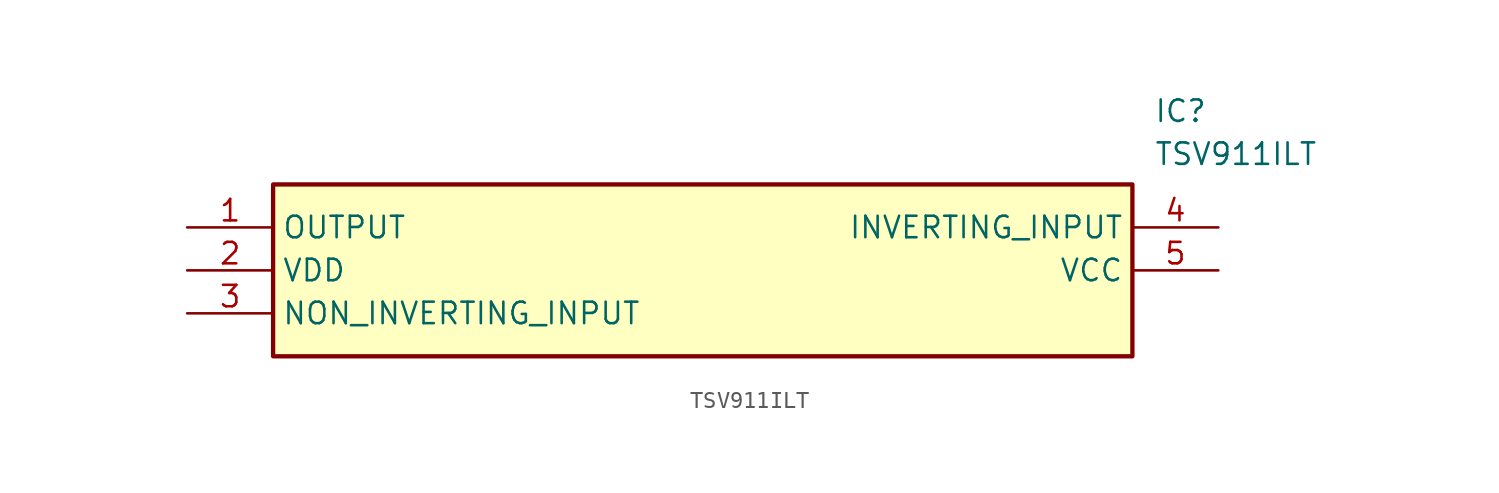
<source format=kicad_sym>
(kicad_symbol_lib
  (version 20211014)
  (generator SamacSys_ECAD_Model)
  (symbol "TSV911ILT"
    (property "Reference" "IC"
      (at 57.15 7.62 0)
      (effects (font (size 1.27 1.27)) (justify left top)))
    (property "Value" "TSV911ILT"
      (at 57.15 5.08 0)
      (effects (font (size 1.27 1.27)) (justify left top)))
    (rectangle
      (start 5.08 2.54)
      (end 55.88 -7.62)
      (stroke (width 0.254) (type default))
      (fill (type background)))
    (pin passive line
      (at 0 0 0)
      (length 5.08)
      (name "OUTPUT" (effects (font (size 1.27 1.27))))
      (number "1" (effects (font (size 1.27 1.27)))))
    (pin passive line
      (at 0 -2.54 0)
      (length 5.08)
      (name "VDD" (effects (font (size 1.27 1.27))))
      (number "2" (effects (font (size 1.27 1.27)))))
    (pin passive line
      (at 0 -5.08 0)
      (length 5.08)
      (name "NON_INVERTING_INPUT" (effects (font (size 1.27 1.27))))
      (number "3" (effects (font (size 1.27 1.27)))))
    (pin passive line
      (at 60.96 0 180)
      (length 5.08)
      (name "INVERTING_INPUT" (effects (font (size 1.27 1.27))))
      (number "4" (effects (font (size 1.27 1.27)))))
    (pin passive line
      (at 60.96 -2.54 180)
      (length 5.08)
      (name "VCC" (effects (font (size 1.27 1.27))))
      (number "5" (effects (font (size 1.27 1.27)))))))
</source>
